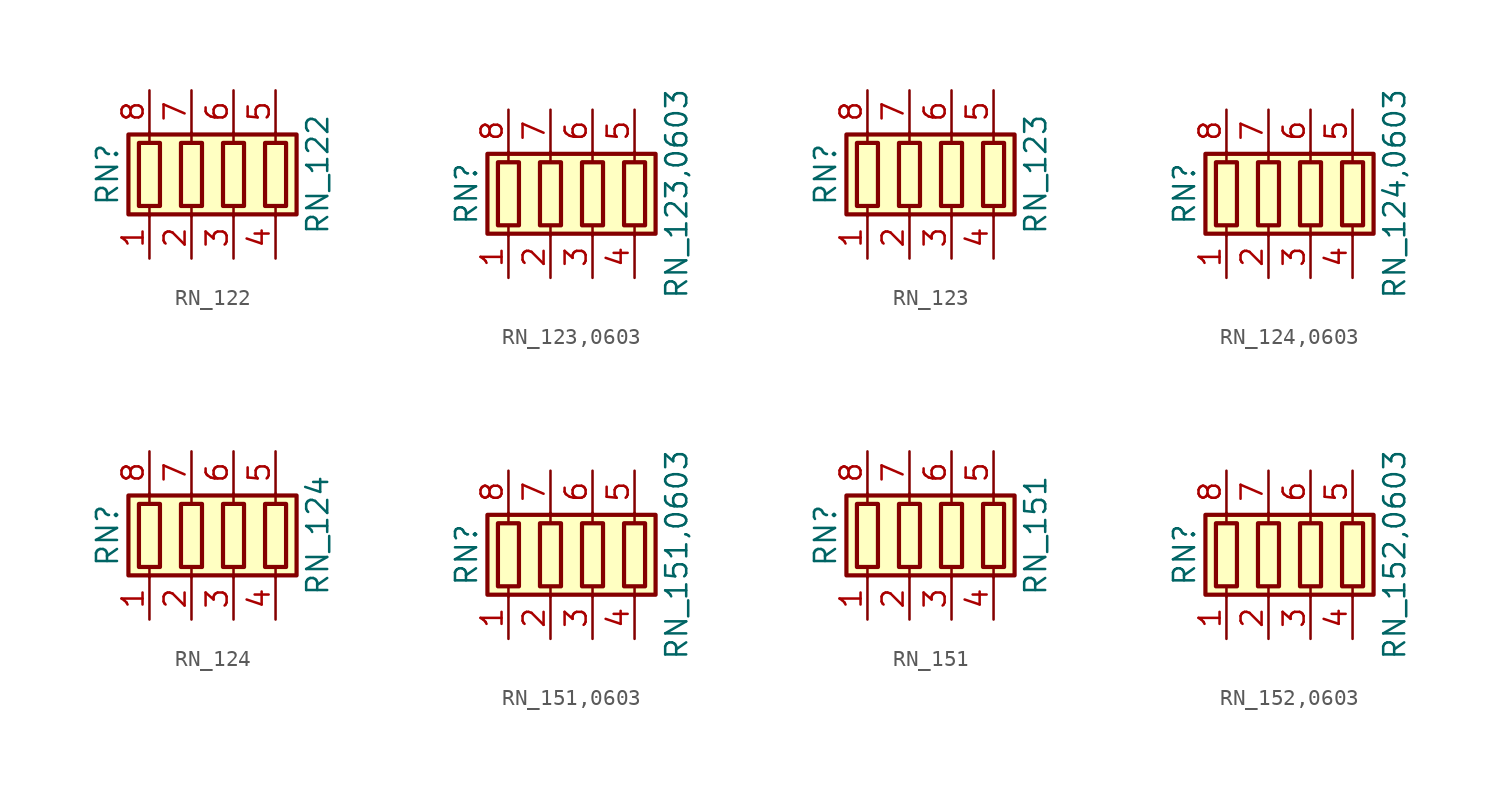
<source format=kicad_sym>
(kicad_symbol_lib
  (version 20211014)
  (generator kicad_symbol_editor)
  (symbol "RN_122"
    (pin_names
      (offset 0) hide)
    (property "Reference" "RN"
      (at -7.62 0 90)
      (effects (font (size 1.27 1.27))))
    (property "Value" "RN_122"
      (at 5.08 0 90)
      (effects (font (size 1.27 1.27))))
    (symbol "RN_122_0_1"
      (rectangle (start -6.35 -2.413) (end 3.81 2.413) (stroke (width 0.254) (type default) (color 0 0 0 0)) (fill (type background)))
      (rectangle (start -5.715 1.905) (end -4.445 -1.905) (stroke (width 0.254) (type default) (color 0 0 0 0)) (fill (type none)))
      (rectangle (start -3.175 1.905) (end -1.905 -1.905) (stroke (width 0.254) (type default) (color 0 0 0 0)) (fill (type none)))
      (rectangle (start -0.635 1.905) (end 0.635 -1.905) (stroke (width 0.254) (type default) (color 0 0 0 0)) (fill (type none)))
      (polyline (pts (xy -5.08 -2.54) (xy -5.08 -1.905)) (stroke (width 0) (type default) (color 0 0 0 0)) (fill (type none)))
      (polyline (pts (xy -5.08 1.905) (xy -5.08 2.54)) (stroke (width 0) (type default) (color 0 0 0 0)) (fill (type none)))
      (polyline (pts (xy -2.54 -2.54) (xy -2.54 -1.905)) (stroke (width 0) (type default) (color 0 0 0 0)) (fill (type none)))
      (polyline (pts (xy -2.54 1.905) (xy -2.54 2.54)) (stroke (width 0) (type default) (color 0 0 0 0)) (fill (type none)))
      (polyline (pts (xy 0 -2.54) (xy 0 -1.905)) (stroke (width 0) (type default) (color 0 0 0 0)) (fill (type none)))
      (polyline (pts (xy 0 1.905) (xy 0 2.54)) (stroke (width 0) (type default) (color 0 0 0 0)) (fill (type none)))
      (polyline (pts (xy 2.54 -2.54) (xy 2.54 -1.905)) (stroke (width 0) (type default) (color 0 0 0 0)) (fill (type none)))
      (polyline (pts (xy 2.54 1.905) (xy 2.54 2.54)) (stroke (width 0) (type default) (color 0 0 0 0)) (fill (type none)))
      (rectangle (start 1.905 1.905) (end 3.175 -1.905) (stroke (width 0.254) (type default) (color 0 0 0 0)) (fill (type none))))
    (symbol "RN_122_1_1"
      (pin passive line (at -5.08 -5.08 90) (length 2.54) (name "R1.1" (effects (font (size 1.27 1.27)))) (number "1" (effects (font (size 1.27 1.27)))))
      (pin passive line (at -2.54 -5.08 90) (length 2.54) (name "R2.1" (effects (font (size 1.27 1.27)))) (number "2" (effects (font (size 1.27 1.27)))))
      (pin passive line (at 0 -5.08 90) (length 2.54) (name "R3.1" (effects (font (size 1.27 1.27)))) (number "3" (effects (font (size 1.27 1.27)))))
      (pin passive line (at 2.54 -5.08 90) (length 2.54) (name "R4.1" (effects (font (size 1.27 1.27)))) (number "4" (effects (font (size 1.27 1.27)))))
      (pin passive line (at 2.54 5.08 270) (length 2.54) (name "R4.2" (effects (font (size 1.27 1.27)))) (number "5" (effects (font (size 1.27 1.27)))))
      (pin passive line (at 0 5.08 270) (length 2.54) (name "R3.2" (effects (font (size 1.27 1.27)))) (number "6" (effects (font (size 1.27 1.27)))))
      (pin passive line (at -2.54 5.08 270) (length 2.54) (name "R2.2" (effects (font (size 1.27 1.27)))) (number "7" (effects (font (size 1.27 1.27)))))
      (pin passive line (at -5.08 5.08 270) (length 2.54) (name "R1.2" (effects (font (size 1.27 1.27)))) (number "8" (effects (font (size 1.27 1.27)))))))
  (symbol "RN_123,0603"
    (pin_names
      (offset 0) hide)
    (property "Reference" "RN"
      (at -7.62 0 90)
      (effects (font (size 1.27 1.27))))
    (property "Value" "RN_123,0603"
      (at 5.08 0 90)
      (effects (font (size 1.27 1.27))))
    (symbol "RN_123,0603_0_1"
      (rectangle (start -6.35 -2.413) (end 3.81 2.413) (stroke (width 0.254) (type default) (color 0 0 0 0)) (fill (type background)))
      (rectangle (start -5.715 1.905) (end -4.445 -1.905) (stroke (width 0.254) (type default) (color 0 0 0 0)) (fill (type none)))
      (rectangle (start -3.175 1.905) (end -1.905 -1.905) (stroke (width 0.254) (type default) (color 0 0 0 0)) (fill (type none)))
      (rectangle (start -0.635 1.905) (end 0.635 -1.905) (stroke (width 0.254) (type default) (color 0 0 0 0)) (fill (type none)))
      (polyline (pts (xy -5.08 -2.54) (xy -5.08 -1.905)) (stroke (width 0) (type default) (color 0 0 0 0)) (fill (type none)))
      (polyline (pts (xy -5.08 1.905) (xy -5.08 2.54)) (stroke (width 0) (type default) (color 0 0 0 0)) (fill (type none)))
      (polyline (pts (xy -2.54 -2.54) (xy -2.54 -1.905)) (stroke (width 0) (type default) (color 0 0 0 0)) (fill (type none)))
      (polyline (pts (xy -2.54 1.905) (xy -2.54 2.54)) (stroke (width 0) (type default) (color 0 0 0 0)) (fill (type none)))
      (polyline (pts (xy 0 -2.54) (xy 0 -1.905)) (stroke (width 0) (type default) (color 0 0 0 0)) (fill (type none)))
      (polyline (pts (xy 0 1.905) (xy 0 2.54)) (stroke (width 0) (type default) (color 0 0 0 0)) (fill (type none)))
      (polyline (pts (xy 2.54 -2.54) (xy 2.54 -1.905)) (stroke (width 0) (type default) (color 0 0 0 0)) (fill (type none)))
      (polyline (pts (xy 2.54 1.905) (xy 2.54 2.54)) (stroke (width 0) (type default) (color 0 0 0 0)) (fill (type none)))
      (rectangle (start 1.905 1.905) (end 3.175 -1.905) (stroke (width 0.254) (type default) (color 0 0 0 0)) (fill (type none))))
    (symbol "RN_123,0603_1_1"
      (pin passive line (at -5.08 -5.08 90) (length 2.54) (name "R1.1" (effects (font (size 1.27 1.27)))) (number "1" (effects (font (size 1.27 1.27)))))
      (pin passive line (at -2.54 -5.08 90) (length 2.54) (name "R2.1" (effects (font (size 1.27 1.27)))) (number "2" (effects (font (size 1.27 1.27)))))
      (pin passive line (at 0 -5.08 90) (length 2.54) (name "R3.1" (effects (font (size 1.27 1.27)))) (number "3" (effects (font (size 1.27 1.27)))))
      (pin passive line (at 2.54 -5.08 90) (length 2.54) (name "R4.1" (effects (font (size 1.27 1.27)))) (number "4" (effects (font (size 1.27 1.27)))))
      (pin passive line (at 2.54 5.08 270) (length 2.54) (name "R4.2" (effects (font (size 1.27 1.27)))) (number "5" (effects (font (size 1.27 1.27)))))
      (pin passive line (at 0 5.08 270) (length 2.54) (name "R3.2" (effects (font (size 1.27 1.27)))) (number "6" (effects (font (size 1.27 1.27)))))
      (pin passive line (at -2.54 5.08 270) (length 2.54) (name "R2.2" (effects (font (size 1.27 1.27)))) (number "7" (effects (font (size 1.27 1.27)))))
      (pin passive line (at -5.08 5.08 270) (length 2.54) (name "R1.2" (effects (font (size 1.27 1.27)))) (number "8" (effects (font (size 1.27 1.27)))))))
  (symbol "RN_123"
    (pin_names
      (offset 0) hide)
    (property "Reference" "RN"
      (at -7.62 0 90)
      (effects (font (size 1.27 1.27))))
    (property "Value" "RN_123"
      (at 5.08 0 90)
      (effects (font (size 1.27 1.27))))
    (symbol "RN_123_0_1"
      (rectangle (start -6.35 -2.413) (end 3.81 2.413) (stroke (width 0.254) (type default) (color 0 0 0 0)) (fill (type background)))
      (rectangle (start -5.715 1.905) (end -4.445 -1.905) (stroke (width 0.254) (type default) (color 0 0 0 0)) (fill (type none)))
      (rectangle (start -3.175 1.905) (end -1.905 -1.905) (stroke (width 0.254) (type default) (color 0 0 0 0)) (fill (type none)))
      (rectangle (start -0.635 1.905) (end 0.635 -1.905) (stroke (width 0.254) (type default) (color 0 0 0 0)) (fill (type none)))
      (polyline (pts (xy -5.08 -2.54) (xy -5.08 -1.905)) (stroke (width 0) (type default) (color 0 0 0 0)) (fill (type none)))
      (polyline (pts (xy -5.08 1.905) (xy -5.08 2.54)) (stroke (width 0) (type default) (color 0 0 0 0)) (fill (type none)))
      (polyline (pts (xy -2.54 -2.54) (xy -2.54 -1.905)) (stroke (width 0) (type default) (color 0 0 0 0)) (fill (type none)))
      (polyline (pts (xy -2.54 1.905) (xy -2.54 2.54)) (stroke (width 0) (type default) (color 0 0 0 0)) (fill (type none)))
      (polyline (pts (xy 0 -2.54) (xy 0 -1.905)) (stroke (width 0) (type default) (color 0 0 0 0)) (fill (type none)))
      (polyline (pts (xy 0 1.905) (xy 0 2.54)) (stroke (width 0) (type default) (color 0 0 0 0)) (fill (type none)))
      (polyline (pts (xy 2.54 -2.54) (xy 2.54 -1.905)) (stroke (width 0) (type default) (color 0 0 0 0)) (fill (type none)))
      (polyline (pts (xy 2.54 1.905) (xy 2.54 2.54)) (stroke (width 0) (type default) (color 0 0 0 0)) (fill (type none)))
      (rectangle (start 1.905 1.905) (end 3.175 -1.905) (stroke (width 0.254) (type default) (color 0 0 0 0)) (fill (type none))))
    (symbol "RN_123_1_1"
      (pin passive line (at -5.08 -5.08 90) (length 2.54) (name "R1.1" (effects (font (size 1.27 1.27)))) (number "1" (effects (font (size 1.27 1.27)))))
      (pin passive line (at -2.54 -5.08 90) (length 2.54) (name "R2.1" (effects (font (size 1.27 1.27)))) (number "2" (effects (font (size 1.27 1.27)))))
      (pin passive line (at 0 -5.08 90) (length 2.54) (name "R3.1" (effects (font (size 1.27 1.27)))) (number "3" (effects (font (size 1.27 1.27)))))
      (pin passive line (at 2.54 -5.08 90) (length 2.54) (name "R4.1" (effects (font (size 1.27 1.27)))) (number "4" (effects (font (size 1.27 1.27)))))
      (pin passive line (at 2.54 5.08 270) (length 2.54) (name "R4.2" (effects (font (size 1.27 1.27)))) (number "5" (effects (font (size 1.27 1.27)))))
      (pin passive line (at 0 5.08 270) (length 2.54) (name "R3.2" (effects (font (size 1.27 1.27)))) (number "6" (effects (font (size 1.27 1.27)))))
      (pin passive line (at -2.54 5.08 270) (length 2.54) (name "R2.2" (effects (font (size 1.27 1.27)))) (number "7" (effects (font (size 1.27 1.27)))))
      (pin passive line (at -5.08 5.08 270) (length 2.54) (name "R1.2" (effects (font (size 1.27 1.27)))) (number "8" (effects (font (size 1.27 1.27)))))))
  (symbol "RN_124,0603"
    (pin_names
      (offset 0) hide)
    (property "Reference" "RN"
      (at -7.62 0 90)
      (effects (font (size 1.27 1.27))))
    (property "Value" "RN_124,0603"
      (at 5.08 0 90)
      (effects (font (size 1.27 1.27))))
    (symbol "RN_124,0603_0_1"
      (rectangle (start -6.35 -2.413) (end 3.81 2.413) (stroke (width 0.254) (type default) (color 0 0 0 0)) (fill (type background)))
      (rectangle (start -5.715 1.905) (end -4.445 -1.905) (stroke (width 0.254) (type default) (color 0 0 0 0)) (fill (type none)))
      (rectangle (start -3.175 1.905) (end -1.905 -1.905) (stroke (width 0.254) (type default) (color 0 0 0 0)) (fill (type none)))
      (rectangle (start -0.635 1.905) (end 0.635 -1.905) (stroke (width 0.254) (type default) (color 0 0 0 0)) (fill (type none)))
      (polyline (pts (xy -5.08 -2.54) (xy -5.08 -1.905)) (stroke (width 0) (type default) (color 0 0 0 0)) (fill (type none)))
      (polyline (pts (xy -5.08 1.905) (xy -5.08 2.54)) (stroke (width 0) (type default) (color 0 0 0 0)) (fill (type none)))
      (polyline (pts (xy -2.54 -2.54) (xy -2.54 -1.905)) (stroke (width 0) (type default) (color 0 0 0 0)) (fill (type none)))
      (polyline (pts (xy -2.54 1.905) (xy -2.54 2.54)) (stroke (width 0) (type default) (color 0 0 0 0)) (fill (type none)))
      (polyline (pts (xy 0 -2.54) (xy 0 -1.905)) (stroke (width 0) (type default) (color 0 0 0 0)) (fill (type none)))
      (polyline (pts (xy 0 1.905) (xy 0 2.54)) (stroke (width 0) (type default) (color 0 0 0 0)) (fill (type none)))
      (polyline (pts (xy 2.54 -2.54) (xy 2.54 -1.905)) (stroke (width 0) (type default) (color 0 0 0 0)) (fill (type none)))
      (polyline (pts (xy 2.54 1.905) (xy 2.54 2.54)) (stroke (width 0) (type default) (color 0 0 0 0)) (fill (type none)))
      (rectangle (start 1.905 1.905) (end 3.175 -1.905) (stroke (width 0.254) (type default) (color 0 0 0 0)) (fill (type none))))
    (symbol "RN_124,0603_1_1"
      (pin passive line (at -5.08 -5.08 90) (length 2.54) (name "R1.1" (effects (font (size 1.27 1.27)))) (number "1" (effects (font (size 1.27 1.27)))))
      (pin passive line (at -2.54 -5.08 90) (length 2.54) (name "R2.1" (effects (font (size 1.27 1.27)))) (number "2" (effects (font (size 1.27 1.27)))))
      (pin passive line (at 0 -5.08 90) (length 2.54) (name "R3.1" (effects (font (size 1.27 1.27)))) (number "3" (effects (font (size 1.27 1.27)))))
      (pin passive line (at 2.54 -5.08 90) (length 2.54) (name "R4.1" (effects (font (size 1.27 1.27)))) (number "4" (effects (font (size 1.27 1.27)))))
      (pin passive line (at 2.54 5.08 270) (length 2.54) (name "R4.2" (effects (font (size 1.27 1.27)))) (number "5" (effects (font (size 1.27 1.27)))))
      (pin passive line (at 0 5.08 270) (length 2.54) (name "R3.2" (effects (font (size 1.27 1.27)))) (number "6" (effects (font (size 1.27 1.27)))))
      (pin passive line (at -2.54 5.08 270) (length 2.54) (name "R2.2" (effects (font (size 1.27 1.27)))) (number "7" (effects (font (size 1.27 1.27)))))
      (pin passive line (at -5.08 5.08 270) (length 2.54) (name "R1.2" (effects (font (size 1.27 1.27)))) (number "8" (effects (font (size 1.27 1.27)))))))
  (symbol "RN_124"
    (pin_names
      (offset 0) hide)
    (property "Reference" "RN"
      (at -7.62 0 90)
      (effects (font (size 1.27 1.27))))
    (property "Value" "RN_124"
      (at 5.08 0 90)
      (effects (font (size 1.27 1.27))))
    (symbol "RN_124_0_1"
      (rectangle (start -6.35 -2.413) (end 3.81 2.413) (stroke (width 0.254) (type default) (color 0 0 0 0)) (fill (type background)))
      (rectangle (start -5.715 1.905) (end -4.445 -1.905) (stroke (width 0.254) (type default) (color 0 0 0 0)) (fill (type none)))
      (rectangle (start -3.175 1.905) (end -1.905 -1.905) (stroke (width 0.254) (type default) (color 0 0 0 0)) (fill (type none)))
      (rectangle (start -0.635 1.905) (end 0.635 -1.905) (stroke (width 0.254) (type default) (color 0 0 0 0)) (fill (type none)))
      (polyline (pts (xy -5.08 -2.54) (xy -5.08 -1.905)) (stroke (width 0) (type default) (color 0 0 0 0)) (fill (type none)))
      (polyline (pts (xy -5.08 1.905) (xy -5.08 2.54)) (stroke (width 0) (type default) (color 0 0 0 0)) (fill (type none)))
      (polyline (pts (xy -2.54 -2.54) (xy -2.54 -1.905)) (stroke (width 0) (type default) (color 0 0 0 0)) (fill (type none)))
      (polyline (pts (xy -2.54 1.905) (xy -2.54 2.54)) (stroke (width 0) (type default) (color 0 0 0 0)) (fill (type none)))
      (polyline (pts (xy 0 -2.54) (xy 0 -1.905)) (stroke (width 0) (type default) (color 0 0 0 0)) (fill (type none)))
      (polyline (pts (xy 0 1.905) (xy 0 2.54)) (stroke (width 0) (type default) (color 0 0 0 0)) (fill (type none)))
      (polyline (pts (xy 2.54 -2.54) (xy 2.54 -1.905)) (stroke (width 0) (type default) (color 0 0 0 0)) (fill (type none)))
      (polyline (pts (xy 2.54 1.905) (xy 2.54 2.54)) (stroke (width 0) (type default) (color 0 0 0 0)) (fill (type none)))
      (rectangle (start 1.905 1.905) (end 3.175 -1.905) (stroke (width 0.254) (type default) (color 0 0 0 0)) (fill (type none))))
    (symbol "RN_124_1_1"
      (pin passive line (at -5.08 -5.08 90) (length 2.54) (name "R1.1" (effects (font (size 1.27 1.27)))) (number "1" (effects (font (size 1.27 1.27)))))
      (pin passive line (at -2.54 -5.08 90) (length 2.54) (name "R2.1" (effects (font (size 1.27 1.27)))) (number "2" (effects (font (size 1.27 1.27)))))
      (pin passive line (at 0 -5.08 90) (length 2.54) (name "R3.1" (effects (font (size 1.27 1.27)))) (number "3" (effects (font (size 1.27 1.27)))))
      (pin passive line (at 2.54 -5.08 90) (length 2.54) (name "R4.1" (effects (font (size 1.27 1.27)))) (number "4" (effects (font (size 1.27 1.27)))))
      (pin passive line (at 2.54 5.08 270) (length 2.54) (name "R4.2" (effects (font (size 1.27 1.27)))) (number "5" (effects (font (size 1.27 1.27)))))
      (pin passive line (at 0 5.08 270) (length 2.54) (name "R3.2" (effects (font (size 1.27 1.27)))) (number "6" (effects (font (size 1.27 1.27)))))
      (pin passive line (at -2.54 5.08 270) (length 2.54) (name "R2.2" (effects (font (size 1.27 1.27)))) (number "7" (effects (font (size 1.27 1.27)))))
      (pin passive line (at -5.08 5.08 270) (length 2.54) (name "R1.2" (effects (font (size 1.27 1.27)))) (number "8" (effects (font (size 1.27 1.27)))))))
  (symbol "RN_151,0603"
    (pin_names
      (offset 0) hide)
    (property "Reference" "RN"
      (at -7.62 0 90)
      (effects (font (size 1.27 1.27))))
    (property "Value" "RN_151,0603"
      (at 5.08 0 90)
      (effects (font (size 1.27 1.27))))
    (symbol "RN_151,0603_0_1"
      (rectangle (start -6.35 -2.413) (end 3.81 2.413) (stroke (width 0.254) (type default) (color 0 0 0 0)) (fill (type background)))
      (rectangle (start -5.715 1.905) (end -4.445 -1.905) (stroke (width 0.254) (type default) (color 0 0 0 0)) (fill (type none)))
      (rectangle (start -3.175 1.905) (end -1.905 -1.905) (stroke (width 0.254) (type default) (color 0 0 0 0)) (fill (type none)))
      (rectangle (start -0.635 1.905) (end 0.635 -1.905) (stroke (width 0.254) (type default) (color 0 0 0 0)) (fill (type none)))
      (polyline (pts (xy -5.08 -2.54) (xy -5.08 -1.905)) (stroke (width 0) (type default) (color 0 0 0 0)) (fill (type none)))
      (polyline (pts (xy -5.08 1.905) (xy -5.08 2.54)) (stroke (width 0) (type default) (color 0 0 0 0)) (fill (type none)))
      (polyline (pts (xy -2.54 -2.54) (xy -2.54 -1.905)) (stroke (width 0) (type default) (color 0 0 0 0)) (fill (type none)))
      (polyline (pts (xy -2.54 1.905) (xy -2.54 2.54)) (stroke (width 0) (type default) (color 0 0 0 0)) (fill (type none)))
      (polyline (pts (xy 0 -2.54) (xy 0 -1.905)) (stroke (width 0) (type default) (color 0 0 0 0)) (fill (type none)))
      (polyline (pts (xy 0 1.905) (xy 0 2.54)) (stroke (width 0) (type default) (color 0 0 0 0)) (fill (type none)))
      (polyline (pts (xy 2.54 -2.54) (xy 2.54 -1.905)) (stroke (width 0) (type default) (color 0 0 0 0)) (fill (type none)))
      (polyline (pts (xy 2.54 1.905) (xy 2.54 2.54)) (stroke (width 0) (type default) (color 0 0 0 0)) (fill (type none)))
      (rectangle (start 1.905 1.905) (end 3.175 -1.905) (stroke (width 0.254) (type default) (color 0 0 0 0)) (fill (type none))))
    (symbol "RN_151,0603_1_1"
      (pin passive line (at -5.08 -5.08 90) (length 2.54) (name "R1.1" (effects (font (size 1.27 1.27)))) (number "1" (effects (font (size 1.27 1.27)))))
      (pin passive line (at -2.54 -5.08 90) (length 2.54) (name "R2.1" (effects (font (size 1.27 1.27)))) (number "2" (effects (font (size 1.27 1.27)))))
      (pin passive line (at 0 -5.08 90) (length 2.54) (name "R3.1" (effects (font (size 1.27 1.27)))) (number "3" (effects (font (size 1.27 1.27)))))
      (pin passive line (at 2.54 -5.08 90) (length 2.54) (name "R4.1" (effects (font (size 1.27 1.27)))) (number "4" (effects (font (size 1.27 1.27)))))
      (pin passive line (at 2.54 5.08 270) (length 2.54) (name "R4.2" (effects (font (size 1.27 1.27)))) (number "5" (effects (font (size 1.27 1.27)))))
      (pin passive line (at 0 5.08 270) (length 2.54) (name "R3.2" (effects (font (size 1.27 1.27)))) (number "6" (effects (font (size 1.27 1.27)))))
      (pin passive line (at -2.54 5.08 270) (length 2.54) (name "R2.2" (effects (font (size 1.27 1.27)))) (number "7" (effects (font (size 1.27 1.27)))))
      (pin passive line (at -5.08 5.08 270) (length 2.54) (name "R1.2" (effects (font (size 1.27 1.27)))) (number "8" (effects (font (size 1.27 1.27)))))))
  (symbol "RN_151"
    (pin_names
      (offset 0) hide)
    (property "Reference" "RN"
      (at -7.62 0 90)
      (effects (font (size 1.27 1.27))))
    (property "Value" "RN_151"
      (at 5.08 0 90)
      (effects (font (size 1.27 1.27))))
    (symbol "RN_151_0_1"
      (rectangle (start -6.35 -2.413) (end 3.81 2.413) (stroke (width 0.254) (type default) (color 0 0 0 0)) (fill (type background)))
      (rectangle (start -5.715 1.905) (end -4.445 -1.905) (stroke (width 0.254) (type default) (color 0 0 0 0)) (fill (type none)))
      (rectangle (start -3.175 1.905) (end -1.905 -1.905) (stroke (width 0.254) (type default) (color 0 0 0 0)) (fill (type none)))
      (rectangle (start -0.635 1.905) (end 0.635 -1.905) (stroke (width 0.254) (type default) (color 0 0 0 0)) (fill (type none)))
      (polyline (pts (xy -5.08 -2.54) (xy -5.08 -1.905)) (stroke (width 0) (type default) (color 0 0 0 0)) (fill (type none)))
      (polyline (pts (xy -5.08 1.905) (xy -5.08 2.54)) (stroke (width 0) (type default) (color 0 0 0 0)) (fill (type none)))
      (polyline (pts (xy -2.54 -2.54) (xy -2.54 -1.905)) (stroke (width 0) (type default) (color 0 0 0 0)) (fill (type none)))
      (polyline (pts (xy -2.54 1.905) (xy -2.54 2.54)) (stroke (width 0) (type default) (color 0 0 0 0)) (fill (type none)))
      (polyline (pts (xy 0 -2.54) (xy 0 -1.905)) (stroke (width 0) (type default) (color 0 0 0 0)) (fill (type none)))
      (polyline (pts (xy 0 1.905) (xy 0 2.54)) (stroke (width 0) (type default) (color 0 0 0 0)) (fill (type none)))
      (polyline (pts (xy 2.54 -2.54) (xy 2.54 -1.905)) (stroke (width 0) (type default) (color 0 0 0 0)) (fill (type none)))
      (polyline (pts (xy 2.54 1.905) (xy 2.54 2.54)) (stroke (width 0) (type default) (color 0 0 0 0)) (fill (type none)))
      (rectangle (start 1.905 1.905) (end 3.175 -1.905) (stroke (width 0.254) (type default) (color 0 0 0 0)) (fill (type none))))
    (symbol "RN_151_1_1"
      (pin passive line (at -5.08 -5.08 90) (length 2.54) (name "R1.1" (effects (font (size 1.27 1.27)))) (number "1" (effects (font (size 1.27 1.27)))))
      (pin passive line (at -2.54 -5.08 90) (length 2.54) (name "R2.1" (effects (font (size 1.27 1.27)))) (number "2" (effects (font (size 1.27 1.27)))))
      (pin passive line (at 0 -5.08 90) (length 2.54) (name "R3.1" (effects (font (size 1.27 1.27)))) (number "3" (effects (font (size 1.27 1.27)))))
      (pin passive line (at 2.54 -5.08 90) (length 2.54) (name "R4.1" (effects (font (size 1.27 1.27)))) (number "4" (effects (font (size 1.27 1.27)))))
      (pin passive line (at 2.54 5.08 270) (length 2.54) (name "R4.2" (effects (font (size 1.27 1.27)))) (number "5" (effects (font (size 1.27 1.27)))))
      (pin passive line (at 0 5.08 270) (length 2.54) (name "R3.2" (effects (font (size 1.27 1.27)))) (number "6" (effects (font (size 1.27 1.27)))))
      (pin passive line (at -2.54 5.08 270) (length 2.54) (name "R2.2" (effects (font (size 1.27 1.27)))) (number "7" (effects (font (size 1.27 1.27)))))
      (pin passive line (at -5.08 5.08 270) (length 2.54) (name "R1.2" (effects (font (size 1.27 1.27)))) (number "8" (effects (font (size 1.27 1.27)))))))
  (symbol "RN_152,0603"
    (pin_names
      (offset 0) hide)
    (property "Reference" "RN"
      (at -7.62 0 90)
      (effects (font (size 1.27 1.27))))
    (property "Value" "RN_152,0603"
      (at 5.08 0 90)
      (effects (font (size 1.27 1.27))))
    (symbol "RN_152,0603_0_1"
      (rectangle (start -6.35 -2.413) (end 3.81 2.413) (stroke (width 0.254) (type default) (color 0 0 0 0)) (fill (type background)))
      (rectangle (start -5.715 1.905) (end -4.445 -1.905) (stroke (width 0.254) (type default) (color 0 0 0 0)) (fill (type none)))
      (rectangle (start -3.175 1.905) (end -1.905 -1.905) (stroke (width 0.254) (type default) (color 0 0 0 0)) (fill (type none)))
      (rectangle (start -0.635 1.905) (end 0.635 -1.905) (stroke (width 0.254) (type default) (color 0 0 0 0)) (fill (type none)))
      (polyline (pts (xy -5.08 -2.54) (xy -5.08 -1.905)) (stroke (width 0) (type default) (color 0 0 0 0)) (fill (type none)))
      (polyline (pts (xy -5.08 1.905) (xy -5.08 2.54)) (stroke (width 0) (type default) (color 0 0 0 0)) (fill (type none)))
      (polyline (pts (xy -2.54 -2.54) (xy -2.54 -1.905)) (stroke (width 0) (type default) (color 0 0 0 0)) (fill (type none)))
      (polyline (pts (xy -2.54 1.905) (xy -2.54 2.54)) (stroke (width 0) (type default) (color 0 0 0 0)) (fill (type none)))
      (polyline (pts (xy 0 -2.54) (xy 0 -1.905)) (stroke (width 0) (type default) (color 0 0 0 0)) (fill (type none)))
      (polyline (pts (xy 0 1.905) (xy 0 2.54)) (stroke (width 0) (type default) (color 0 0 0 0)) (fill (type none)))
      (polyline (pts (xy 2.54 -2.54) (xy 2.54 -1.905)) (stroke (width 0) (type default) (color 0 0 0 0)) (fill (type none)))
      (polyline (pts (xy 2.54 1.905) (xy 2.54 2.54)) (stroke (width 0) (type default) (color 0 0 0 0)) (fill (type none)))
      (rectangle (start 1.905 1.905) (end 3.175 -1.905) (stroke (width 0.254) (type default) (color 0 0 0 0)) (fill (type none))))
    (symbol "RN_152,0603_1_1"
      (pin passive line (at -5.08 -5.08 90) (length 2.54) (name "R1.1" (effects (font (size 1.27 1.27)))) (number "1" (effects (font (size 1.27 1.27)))))
      (pin passive line (at -2.54 -5.08 90) (length 2.54) (name "R2.1" (effects (font (size 1.27 1.27)))) (number "2" (effects (font (size 1.27 1.27)))))
      (pin passive line (at 0 -5.08 90) (length 2.54) (name "R3.1" (effects (font (size 1.27 1.27)))) (number "3" (effects (font (size 1.27 1.27)))))
      (pin passive line (at 2.54 -5.08 90) (length 2.54) (name "R4.1" (effects (font (size 1.27 1.27)))) (number "4" (effects (font (size 1.27 1.27)))))
      (pin passive line (at 2.54 5.08 270) (length 2.54) (name "R4.2" (effects (font (size 1.27 1.27)))) (number "5" (effects (font (size 1.27 1.27)))))
      (pin passive line (at 0 5.08 270) (length 2.54) (name "R3.2" (effects (font (size 1.27 1.27)))) (number "6" (effects (font (size 1.27 1.27)))))
      (pin passive line (at -2.54 5.08 270) (length 2.54) (name "R2.2" (effects (font (size 1.27 1.27)))) (number "7" (effects (font (size 1.27 1.27)))))
      (pin passive line (at -5.08 5.08 270) (length 2.54) (name "R1.2" (effects (font (size 1.27 1.27)))) (number "8" (effects (font (size 1.27 1.27))))))))
</source>
